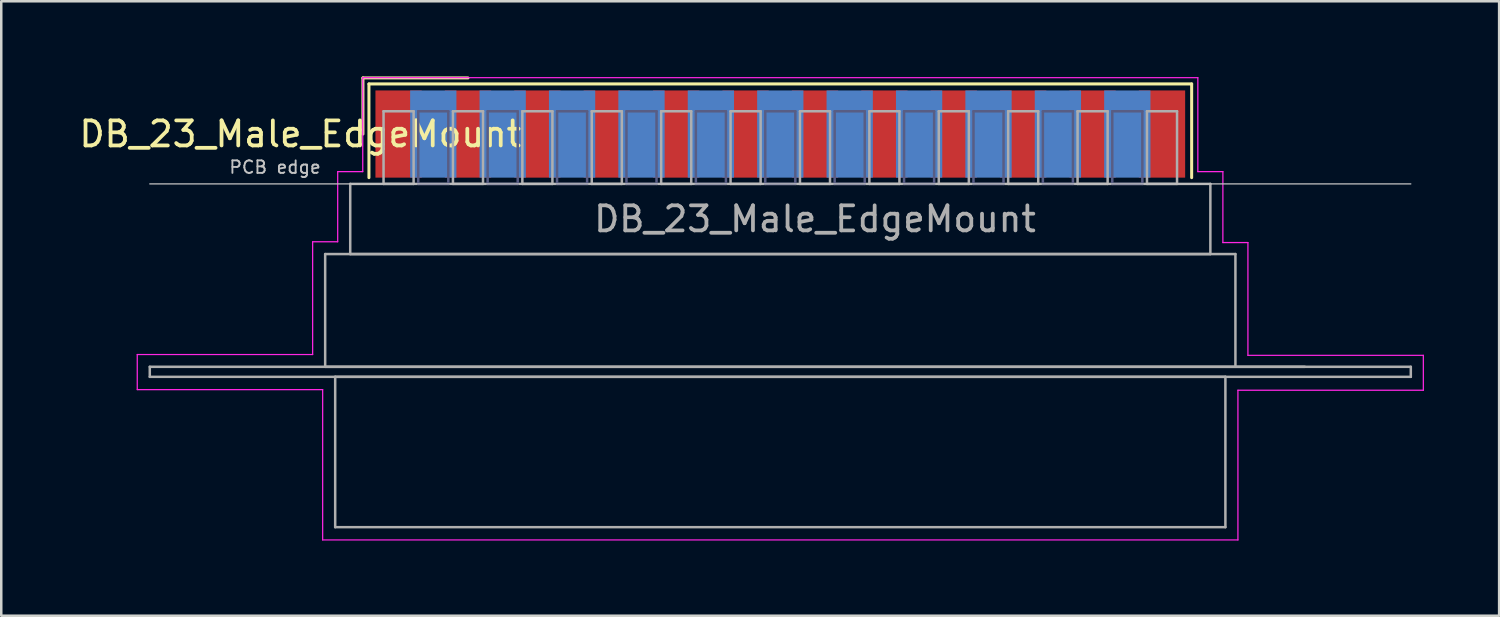
<source format=kicad_pcb>
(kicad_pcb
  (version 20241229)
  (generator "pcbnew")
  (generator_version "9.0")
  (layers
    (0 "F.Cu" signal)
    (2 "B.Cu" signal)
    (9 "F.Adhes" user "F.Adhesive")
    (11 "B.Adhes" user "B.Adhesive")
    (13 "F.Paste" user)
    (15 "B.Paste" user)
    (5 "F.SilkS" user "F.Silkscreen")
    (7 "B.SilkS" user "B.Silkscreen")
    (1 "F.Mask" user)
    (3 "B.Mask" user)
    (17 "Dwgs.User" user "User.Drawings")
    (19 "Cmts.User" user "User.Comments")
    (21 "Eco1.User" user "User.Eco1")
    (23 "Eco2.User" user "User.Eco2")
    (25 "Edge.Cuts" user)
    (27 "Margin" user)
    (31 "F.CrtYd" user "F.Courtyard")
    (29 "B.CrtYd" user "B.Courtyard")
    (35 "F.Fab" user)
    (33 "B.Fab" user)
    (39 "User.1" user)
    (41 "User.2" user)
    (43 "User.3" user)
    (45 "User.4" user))
  (footprint "DB_23_Male_EdgeMount"
    (layer "F.Cu")
    (at 28.093 2.3)
    (property "Reference" "DB_23_Male_EdgeMount" (at -19.158 0 0) (layer "F.SilkS") (effects (font (size 1 1) (thickness 0.15))))
    (attr smd)
    (fp_line (start -16.658 -2.24) (end -12.465 -2.24) (stroke (width 0.12) (type solid)) (layer "F.SilkS"))
    (fp_line (start -16.658 0) (end -16.658 -2.24) (stroke (width 0.12) (type solid)) (layer "F.SilkS"))
    (fp_line (start -16.418 -2) (end -16.418 1.74) (stroke (width 0.12) (type solid)) (layer "F.SilkS"))
    (fp_line (start 16.418 -2) (end -16.418 -2) (stroke (width 0.12) (type solid)) (layer "F.SilkS"))
    (fp_line (start 16.418 1.74) (end 16.418 -2) (stroke (width 0.12) (type solid)) (layer "F.SilkS"))
    (fp_line (start -25.165 1.99) (end 25.165 1.99) (stroke (width 0.05) (type solid)) (layer "Dwgs.User"))
    (fp_line (start -25.665 8.8) (end -18.665 8.8) (stroke (width 0.05) (type solid)) (layer "F.CrtYd"))
    (fp_line (start -25.665 10.2) (end -25.665 8.8) (stroke (width 0.05) (type solid)) (layer "F.CrtYd"))
    (fp_line (start -18.665 4.3) (end -17.665 4.3) (stroke (width 0.05) (type solid)) (layer "F.CrtYd"))
    (fp_line (start -18.665 8.8) (end -18.665 4.3) (stroke (width 0.05) (type solid)) (layer "F.CrtYd"))
    (fp_line (start -18.265 10.2) (end -25.665 10.2) (stroke (width 0.05) (type solid)) (layer "F.CrtYd"))
    (fp_line (start -18.265 16.2) (end -18.265 10.2) (stroke (width 0.05) (type solid)) (layer "F.CrtYd"))
    (fp_line (start -17.665 1.5) (end -16.665 1.5) (stroke (width 0.05) (type solid)) (layer "F.CrtYd"))
    (fp_line (start -17.665 4.3) (end -17.665 1.5) (stroke (width 0.05) (type solid)) (layer "F.CrtYd"))
    (fp_line (start -16.665 -2.25) (end 16.665 -2.25) (stroke (width 0.05) (type solid)) (layer "F.CrtYd"))
    (fp_line (start -16.665 1.5) (end -16.665 -2.25) (stroke (width 0.05) (type solid)) (layer "F.CrtYd"))
    (fp_line (start 16.665 -2.25) (end 16.665 1.5) (stroke (width 0.05) (type solid)) (layer "F.CrtYd"))
    (fp_line (start 16.665 1.5) (end 17.665 1.5) (stroke (width 0.05) (type solid)) (layer "F.CrtYd"))
    (fp_line (start 17.664 4.332) (end 18.664 4.332) (stroke (width 0.05) (type solid)) (layer "F.CrtYd"))
    (fp_line (start 17.665 1.5) (end 17.664 4.332) (stroke (width 0.05) (type solid)) (layer "F.CrtYd"))
    (fp_line (start 18.265 10.225) (end 18.265 16.2) (stroke (width 0.05) (type solid)) (layer "F.CrtYd"))
    (fp_line (start 18.265 16.2) (end -18.265 16.2) (stroke (width 0.05) (type solid)) (layer "F.CrtYd"))
    (fp_line (start 18.664 4.332) (end 18.664 8.832) (stroke (width 0.05) (type solid)) (layer "F.CrtYd"))
    (fp_line (start 18.664 8.832) (end 25.664 8.832) (stroke (width 0.05) (type solid)) (layer "F.CrtYd"))
    (fp_line (start 25.665 8.832) (end 25.665 10.225) (stroke (width 0.05) (type solid)) (layer "F.CrtYd"))
    (fp_line (start 25.665 10.225) (end 18.265 10.225) (stroke (width 0.05) (type solid)) (layer "F.CrtYd"))
    (fp_line (start -14.45 -0.91) (end -14.45 1.99) (stroke (width 0.1) (type solid)) (layer "B.Fab"))
    (fp_line (start -14.45 1.99) (end -13.25 1.99) (stroke (width 0.1) (type solid)) (layer "B.Fab"))
    (fp_line (start -13.25 -0.91) (end -14.45 -0.91) (stroke (width 0.1) (type solid)) (layer "B.Fab"))
    (fp_line (start -13.25 1.99) (end -13.25 -0.91) (stroke (width 0.1) (type solid)) (layer "B.Fab"))
    (fp_line (start -11.68 -0.91) (end -11.68 1.99) (stroke (width 0.1) (type solid)) (layer "B.Fab"))
    (fp_line (start -11.68 1.99) (end -10.48 1.99) (stroke (width 0.1) (type solid)) (layer "B.Fab"))
    (fp_line (start -10.48 -0.91) (end -11.68 -0.91) (stroke (width 0.1) (type solid)) (layer "B.Fab"))
    (fp_line (start -10.48 1.99) (end -10.48 -0.91) (stroke (width 0.1) (type solid)) (layer "B.Fab"))
    (fp_line (start -8.91 -0.91) (end -8.91 1.99) (stroke (width 0.1) (type solid)) (layer "B.Fab"))
    (fp_line (start -8.91 1.99) (end -7.71 1.99) (stroke (width 0.1) (type solid)) (layer "B.Fab"))
    (fp_line (start -7.71 -0.91) (end -8.91 -0.91) (stroke (width 0.1) (type solid)) (layer "B.Fab"))
    (fp_line (start -7.71 1.99) (end -7.71 -0.91) (stroke (width 0.1) (type solid)) (layer "B.Fab"))
    (fp_line (start -6.14 -0.91) (end -6.14 1.99) (stroke (width 0.1) (type solid)) (layer "B.Fab"))
    (fp_line (start -6.14 1.99) (end -4.94 1.99) (stroke (width 0.1) (type solid)) (layer "B.Fab"))
    (fp_line (start -4.94 -0.91) (end -6.14 -0.91) (stroke (width 0.1) (type solid)) (layer "B.Fab"))
    (fp_line (start -4.94 1.99) (end -4.94 -0.91) (stroke (width 0.1) (type solid)) (layer "B.Fab"))
    (fp_line (start -3.37 -0.91) (end -3.37 1.99) (stroke (width 0.1) (type solid)) (layer "B.Fab"))
    (fp_line (start -3.37 1.99) (end -2.17 1.99) (stroke (width 0.1) (type solid)) (layer "B.Fab"))
    (fp_line (start -2.17 -0.91) (end -3.37 -0.91) (stroke (width 0.1) (type solid)) (layer "B.Fab"))
    (fp_line (start -2.17 1.99) (end -2.17 -0.91) (stroke (width 0.1) (type solid)) (layer "B.Fab"))
    (fp_line (start -0.6 -0.91) (end -0.6 1.99) (stroke (width 0.1) (type solid)) (layer "B.Fab"))
    (fp_line (start -0.6 1.99) (end 0.6 1.99) (stroke (width 0.1) (type solid)) (layer "B.Fab"))
    (fp_line (start 0.6 -0.91) (end -0.6 -0.91) (stroke (width 0.1) (type solid)) (layer "B.Fab"))
    (fp_line (start 0.6 1.99) (end 0.6 -0.91) (stroke (width 0.1) (type solid)) (layer "B.Fab"))
    (fp_line (start 2.17 -0.91) (end 2.17 1.99) (stroke (width 0.1) (type solid)) (layer "B.Fab"))
    (fp_line (start 2.17 1.99) (end 3.37 1.99) (stroke (width 0.1) (type solid)) (layer "B.Fab"))
    (fp_line (start 3.37 -0.91) (end 2.17 -0.91) (stroke (width 0.1) (type solid)) (layer "B.Fab"))
    (fp_line (start 3.37 1.99) (end 3.37 -0.91) (stroke (width 0.1) (type solid)) (layer "B.Fab"))
    (fp_line (start 4.94 -0.91) (end 4.94 1.99) (stroke (width 0.1) (type solid)) (layer "B.Fab"))
    (fp_line (start 4.94 1.99) (end 6.14 1.99) (stroke (width 0.1) (type solid)) (layer "B.Fab"))
    (fp_line (start 6.14 -0.91) (end 4.94 -0.91) (stroke (width 0.1) (type solid)) (layer "B.Fab"))
    (fp_line (start 6.14 1.99) (end 6.14 -0.91) (stroke (width 0.1) (type solid)) (layer "B.Fab"))
    (fp_line (start 7.71 -0.91) (end 7.71 1.99) (stroke (width 0.1) (type solid)) (layer "B.Fab"))
    (fp_line (start 7.71 1.99) (end 8.91 1.99) (stroke (width 0.1) (type solid)) (layer "B.Fab"))
    (fp_line (start 8.91 -0.91) (end 7.71 -0.91) (stroke (width 0.1) (type solid)) (layer "B.Fab"))
    (fp_line (start 8.91 1.99) (end 8.91 -0.91) (stroke (width 0.1) (type solid)) (layer "B.Fab"))
    (fp_line (start 10.48 -0.91) (end 10.48 1.99) (stroke (width 0.1) (type solid)) (layer "B.Fab"))
    (fp_line (start 10.48 1.99) (end 11.68 1.99) (stroke (width 0.1) (type solid)) (layer "B.Fab"))
    (fp_line (start 11.68 -0.91) (end 10.48 -0.91) (stroke (width 0.1) (type solid)) (layer "B.Fab"))
    (fp_line (start 11.68 1.99) (end 11.68 -0.91) (stroke (width 0.1) (type solid)) (layer "B.Fab"))
    (fp_line (start 13.25 -0.91) (end 13.25 1.99) (stroke (width 0.1) (type solid)) (layer "B.Fab"))
    (fp_line (start 13.25 1.99) (end 14.45 1.99) (stroke (width 0.1) (type solid)) (layer "B.Fab"))
    (fp_line (start 14.45 -0.91) (end 13.25 -0.91) (stroke (width 0.1) (type solid)) (layer "B.Fab"))
    (fp_line (start 14.45 1.99) (end 14.45 -0.91) (stroke (width 0.1) (type solid)) (layer "B.Fab"))
    (fp_line (start -25.165 9.29) (end -25.165 9.69) (stroke (width 0.1) (type solid)) (layer "F.Fab"))
    (fp_line (start -25.165 9.69) (end 25.165 9.69) (stroke (width 0.1) (type solid)) (layer "F.Fab"))
    (fp_line (start -18.165 4.79) (end -18.165 9.29) (stroke (width 0.1) (type solid)) (layer "F.Fab"))
    (fp_line (start -18.165 9.29) (end 20.935 9.29) (stroke (width 0.1) (type solid)) (layer "F.Fab"))
    (fp_line (start -17.765 9.69) (end -17.765 15.69) (stroke (width 0.1) (type solid)) (layer "F.Fab"))
    (fp_line (start -17.765 15.69) (end 17.765 15.69) (stroke (width 0.1) (type solid)) (layer "F.Fab"))
    (fp_line (start -17.165 1.99) (end -17.165 4.79) (stroke (width 0.1) (type solid)) (layer "F.Fab"))
    (fp_line (start -17.165 4.79) (end 17.165 4.79) (stroke (width 0.1) (type solid)) (layer "F.Fab"))
    (fp_line (start -15.835 -0.91) (end -15.835 1.99) (stroke (width 0.1) (type solid)) (layer "F.Fab"))
    (fp_line (start -15.835 1.99) (end -14.635 1.99) (stroke (width 0.1) (type solid)) (layer "F.Fab"))
    (fp_line (start -14.635 -0.91) (end -15.835 -0.91) (stroke (width 0.1) (type solid)) (layer "F.Fab"))
    (fp_line (start -14.635 1.99) (end -14.635 -0.91) (stroke (width 0.1) (type solid)) (layer "F.Fab"))
    (fp_line (start -13.065 -0.91) (end -13.065 1.99) (stroke (width 0.1) (type solid)) (layer "F.Fab"))
    (fp_line (start -13.065 1.99) (end -11.865 1.99) (stroke (width 0.1) (type solid)) (layer "F.Fab"))
    (fp_line (start -11.865 -0.91) (end -13.065 -0.91) (stroke (width 0.1) (type solid)) (layer "F.Fab"))
    (fp_line (start -11.865 1.99) (end -11.865 -0.91) (stroke (width 0.1) (type solid)) (layer "F.Fab"))
    (fp_line (start -10.295 -0.91) (end -10.295 1.99) (stroke (width 0.1) (type solid)) (layer "F.Fab"))
    (fp_line (start -10.295 1.99) (end -9.095 1.99) (stroke (width 0.1) (type solid)) (layer "F.Fab"))
    (fp_line (start -9.095 -0.91) (end -10.295 -0.91) (stroke (width 0.1) (type solid)) (layer "F.Fab"))
    (fp_line (start -9.095 1.99) (end -9.095 -0.91) (stroke (width 0.1) (type solid)) (layer "F.Fab"))
    (fp_line (start -7.525 -0.91) (end -7.525 1.99) (stroke (width 0.1) (type solid)) (layer "F.Fab"))
    (fp_line (start -7.525 1.99) (end -6.325 1.99) (stroke (width 0.1) (type solid)) (layer "F.Fab"))
    (fp_line (start -6.325 -0.91) (end -7.525 -0.91) (stroke (width 0.1) (type solid)) (layer "F.Fab"))
    (fp_line (start -6.325 1.99) (end -6.325 -0.91) (stroke (width 0.1) (type solid)) (layer "F.Fab"))
    (fp_line (start -4.755 -0.91) (end -4.755 1.99) (stroke (width 0.1) (type solid)) (layer "F.Fab"))
    (fp_line (start -4.755 1.99) (end -3.555 1.99) (stroke (width 0.1) (type solid)) (layer "F.Fab"))
    (fp_line (start -3.555 -0.91) (end -4.755 -0.91) (stroke (width 0.1) (type solid)) (layer "F.Fab"))
    (fp_line (start -3.555 1.99) (end -3.555 -0.91) (stroke (width 0.1) (type solid)) (layer "F.Fab"))
    (fp_line (start -1.985 -0.91) (end -1.985 1.99) (stroke (width 0.1) (type solid)) (layer "F.Fab"))
    (fp_line (start -1.985 1.99) (end -0.785 1.99) (stroke (width 0.1) (type solid)) (layer "F.Fab"))
    (fp_line (start -0.785 -0.91) (end -1.985 -0.91) (stroke (width 0.1) (type solid)) (layer "F.Fab"))
    (fp_line (start -0.785 1.99) (end -0.785 -0.91) (stroke (width 0.1) (type solid)) (layer "F.Fab"))
    (fp_line (start 0.785 -0.91) (end 0.785 1.99) (stroke (width 0.1) (type solid)) (layer "F.Fab"))
    (fp_line (start 0.785 1.99) (end 1.985 1.99) (stroke (width 0.1) (type solid)) (layer "F.Fab"))
    (fp_line (start 1.985 -0.91) (end 0.785 -0.91) (stroke (width 0.1) (type solid)) (layer "F.Fab"))
    (fp_line (start 1.985 1.99) (end 1.985 -0.91) (stroke (width 0.1) (type solid)) (layer "F.Fab"))
    (fp_line (start 3.555 -0.91) (end 3.555 1.99) (stroke (width 0.1) (type solid)) (layer "F.Fab"))
    (fp_line (start 3.555 1.99) (end 4.755 1.99) (stroke (width 0.1) (type solid)) (layer "F.Fab"))
    (fp_line (start 4.755 -0.91) (end 3.555 -0.91) (stroke (width 0.1) (type solid)) (layer "F.Fab"))
    (fp_line (start 4.755 1.99) (end 4.755 -0.91) (stroke (width 0.1) (type solid)) (layer "F.Fab"))
    (fp_line (start 6.325 -0.91) (end 6.325 1.99) (stroke (width 0.1) (type solid)) (layer "F.Fab"))
    (fp_line (start 6.325 1.99) (end 7.525 1.99) (stroke (width 0.1) (type solid)) (layer "F.Fab"))
    (fp_line (start 7.525 -0.91) (end 6.325 -0.91) (stroke (width 0.1) (type solid)) (layer "F.Fab"))
    (fp_line (start 7.525 1.99) (end 7.525 -0.91) (stroke (width 0.1) (type solid)) (layer "F.Fab"))
    (fp_line (start 9.095 -0.91) (end 9.095 1.99) (stroke (width 0.1) (type solid)) (layer "F.Fab"))
    (fp_line (start 9.095 1.99) (end 10.295 1.99) (stroke (width 0.1) (type solid)) (layer "F.Fab"))
    (fp_line (start 10.295 -0.91) (end 9.095 -0.91) (stroke (width 0.1) (type solid)) (layer "F.Fab"))
    (fp_line (start 10.295 1.99) (end 10.295 -0.91) (stroke (width 0.1) (type solid)) (layer "F.Fab"))
    (fp_line (start 11.865 -0.91) (end 11.865 1.99) (stroke (width 0.1) (type solid)) (layer "F.Fab"))
    (fp_line (start 11.865 1.99) (end 13.065 1.99) (stroke (width 0.1) (type solid)) (layer "F.Fab"))
    (fp_line (start 13.065 -0.91) (end 11.865 -0.91) (stroke (width 0.1) (type solid)) (layer "F.Fab"))
    (fp_line (start 13.065 1.99) (end 13.065 -0.91) (stroke (width 0.1) (type solid)) (layer "F.Fab"))
    (fp_line (start 14.635 -0.91) (end 14.635 1.99) (stroke (width 0.1) (type solid)) (layer "F.Fab"))
    (fp_line (start 14.635 1.99) (end 15.835 1.99) (stroke (width 0.1) (type solid)) (layer "F.Fab"))
    (fp_line (start 15.835 -0.91) (end 14.635 -0.91) (stroke (width 0.1) (type solid)) (layer "F.Fab"))
    (fp_line (start 15.835 1.99) (end 15.835 -0.91) (stroke (width 0.1) (type solid)) (layer "F.Fab"))
    (fp_line (start 17.165 1.99) (end -17.165 1.99) (stroke (width 0.1) (type solid)) (layer "F.Fab"))
    (fp_line (start 17.165 4.79) (end 17.165 1.99) (stroke (width 0.1) (type solid)) (layer "F.Fab"))
    (fp_line (start 17.765 9.69) (end -17.765 9.69) (stroke (width 0.1) (type solid)) (layer "F.Fab"))
    (fp_line (start 17.765 15.69) (end 17.765 9.69) (stroke (width 0.1) (type solid)) (layer "F.Fab"))
    (fp_line (start 18.165 4.79) (end -18.165 4.79) (stroke (width 0.1) (type solid)) (layer "F.Fab"))
    (fp_line (start 18.165 9.29) (end 18.165 4.79) (stroke (width 0.1) (type solid)) (layer "F.Fab"))
    (fp_line (start 25.165 9.29) (end -25.165 9.29) (stroke (width 0.1) (type solid)) (layer "F.Fab"))
    (fp_line (start 25.165 9.69) (end 25.165 9.29) (stroke (width 0.1) (type solid)) (layer "F.Fab"))
    (fp_text user "PCB edge" (at -20.165 1.323 0) (layer "Dwgs.User") (effects (font (size 0.5 0.5) (thickness 0.075))))
    (fp_text user "${REFERENCE}" (at 1.385 3.39 0) (layer "F.Fab") (effects (font (size 1 1) (thickness 0.15))))
    (pad "1" smd rect (at -15.235 0) (size 1.847 3.48) (layers "F.Cu" "F.Mask" "F.Paste"))
    (pad "2" smd rect (at -12.465 0) (size 1.847 3.48) (layers "F.Cu" "F.Mask" "F.Paste"))
    (pad "3" smd rect (at -9.695 0) (size 1.847 3.48) (layers "F.Cu" "F.Mask" "F.Paste"))
    (pad "4" smd rect (at -6.925 0) (size 1.847 3.48) (layers "F.Cu" "F.Mask" "F.Paste"))
    (pad "5" smd rect (at -4.155 0) (size 1.847 3.48) (layers "F.Cu" "F.Mask" "F.Paste"))
    (pad "6" smd rect (at -1.385 0) (size 1.847 3.48) (layers "F.Cu" "F.Mask" "F.Paste"))
    (pad "7" smd rect (at 1.385 0) (size 1.847 3.48) (layers "F.Cu" "F.Mask" "F.Paste"))
    (pad "8" smd rect (at 4.155 0) (size 1.847 3.48) (layers "F.Cu" "F.Mask" "F.Paste"))
    (pad "9" smd rect (at 6.925 0) (size 1.847 3.48) (layers "F.Cu" "F.Mask" "F.Paste"))
    (pad "10" smd rect (at 9.695 0) (size 1.847 3.48) (layers "F.Cu" "F.Mask" "F.Paste"))
    (pad "11" smd rect (at 12.465 0) (size 1.847 3.48) (layers "F.Cu" "F.Mask" "F.Paste"))
    (pad "12" smd rect (at 15.235 0) (size 1.847 3.48) (layers "F.Cu" "F.Mask" "F.Paste"))
    (pad "13" smd rect (at -13.85 0) (size 1.847 3.48) (layers "B.Cu" "B.Mask" "B.Paste"))
    (pad "14" smd rect (at -11.08 0) (size 1.847 3.48) (layers "B.Cu" "B.Mask" "B.Paste"))
    (pad "15" smd rect (at -8.31 0) (size 1.847 3.48) (layers "B.Cu" "B.Mask" "B.Paste"))
    (pad "16" smd rect (at -5.54 0) (size 1.847 3.48) (layers "B.Cu" "B.Mask" "B.Paste"))
    (pad "17" smd rect (at -2.77 0) (size 1.847 3.48) (layers "B.Cu" "B.Mask" "B.Paste"))
    (pad "18" smd rect (at 0 0) (size 1.847 3.48) (layers "B.Cu" "B.Mask" "B.Paste"))
    (pad "19" smd rect (at 2.77 0) (size 1.847 3.48) (layers "B.Cu" "B.Mask" "B.Paste"))
    (pad "20" smd rect (at 5.54 0) (size 1.847 3.48) (layers "B.Cu" "B.Mask" "B.Paste"))
    (pad "21" smd rect (at 8.31 0) (size 1.847 3.48) (layers "B.Cu" "B.Mask" "B.Paste"))
    (pad "22" smd rect (at 11.08 0) (size 1.847 3.48) (layers "B.Cu" "B.Mask" "B.Paste"))
    (pad "23" smd rect (at 13.85 0) (size 1.847 3.48) (layers "B.Cu" "B.Mask" "B.Paste")))
  (gr_rect
    (start -3 -3)
    (end 56.783 21.525)
    (stroke (width 0.1) (type default))
    (fill no)
    (layer "Edge.Cuts")))
</source>
